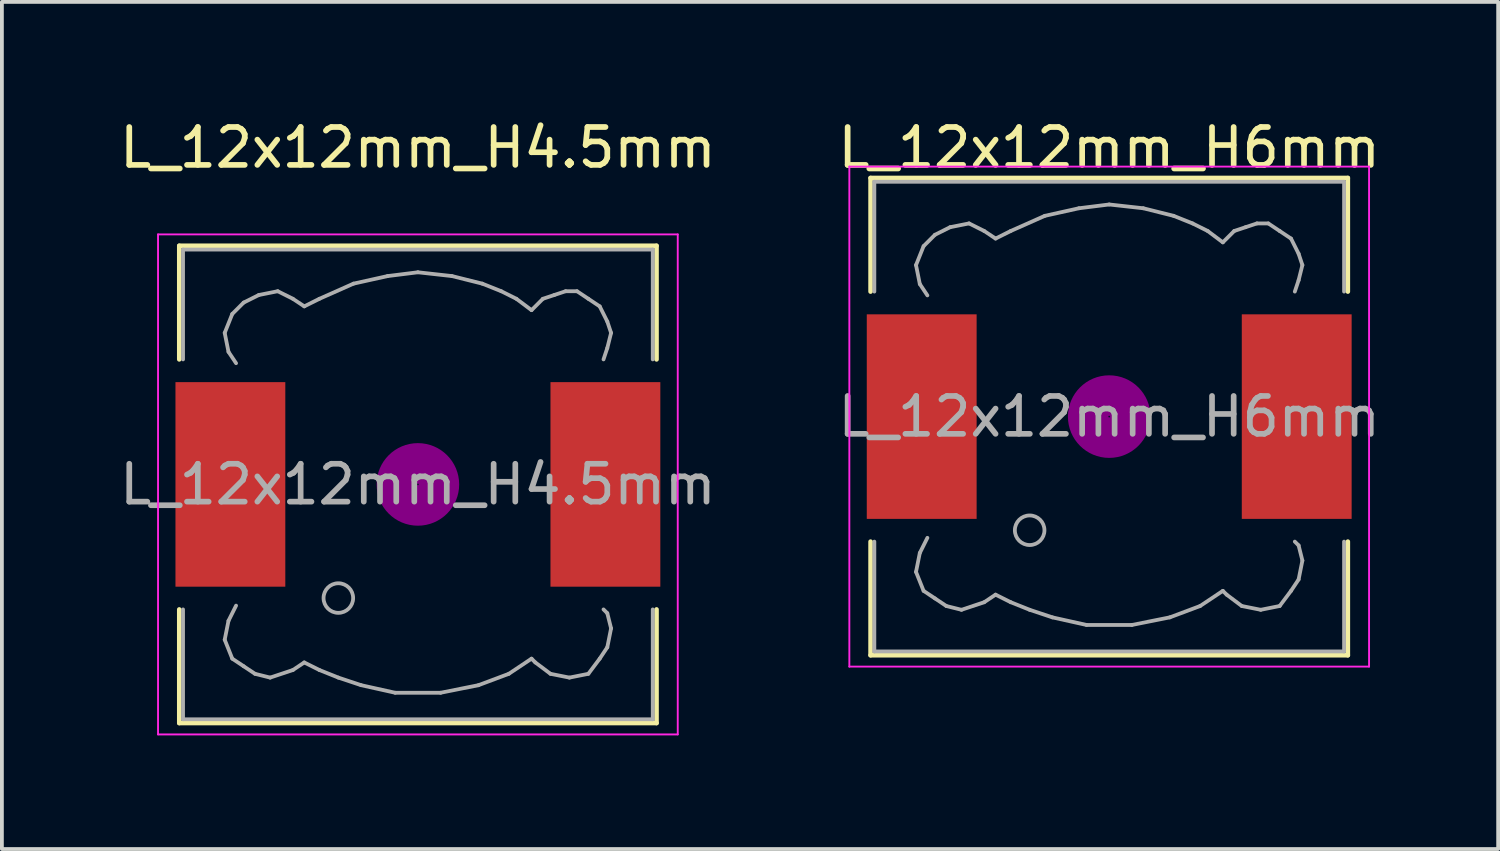
<source format=kicad_pcb>
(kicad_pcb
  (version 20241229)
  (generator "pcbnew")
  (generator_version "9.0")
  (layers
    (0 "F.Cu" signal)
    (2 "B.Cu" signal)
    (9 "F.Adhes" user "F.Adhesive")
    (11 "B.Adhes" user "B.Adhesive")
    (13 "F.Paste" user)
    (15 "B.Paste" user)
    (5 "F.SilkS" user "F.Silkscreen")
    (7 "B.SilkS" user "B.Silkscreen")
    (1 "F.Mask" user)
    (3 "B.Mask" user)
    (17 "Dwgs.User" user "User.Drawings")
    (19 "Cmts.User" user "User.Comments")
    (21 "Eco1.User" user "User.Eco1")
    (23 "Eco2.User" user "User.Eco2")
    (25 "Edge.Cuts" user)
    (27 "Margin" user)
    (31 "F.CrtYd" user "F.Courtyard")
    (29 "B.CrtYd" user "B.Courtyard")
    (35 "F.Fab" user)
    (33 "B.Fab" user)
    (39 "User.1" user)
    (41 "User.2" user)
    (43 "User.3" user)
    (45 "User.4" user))
  (footprint "L_12x12mm_H6mm"
    (layer "F.Cu")
    (at 26.232 7.948)
    (property "Reference" "L_12x12mm_H6mm" (at 0 -7.1 0) (layer "F.SilkS") (effects (font (size 1 1) (thickness 0.15))))
    (attr smd)
    (fp_line (start -6.3 -6.3) (end 6.3 -6.3) (stroke (width 0.12) (type solid)) (layer "F.SilkS"))
    (fp_line (start -6.3 -3.3) (end -6.3 -6.3) (stroke (width 0.12) (type solid)) (layer "F.SilkS"))
    (fp_line (start -6.3 6.3) (end -6.3 3.3) (stroke (width 0.12) (type solid)) (layer "F.SilkS"))
    (fp_line (start 6.3 -6.3) (end 6.3 -3.3) (stroke (width 0.12) (type solid)) (layer "F.SilkS"))
    (fp_line (start 6.3 3.3) (end 6.3 6.3) (stroke (width 0.12) (type solid)) (layer "F.SilkS"))
    (fp_line (start 6.3 6.3) (end -6.3 6.3) (stroke (width 0.12) (type solid)) (layer "F.SilkS"))
    (fp_circle (center 0 0) (end 0.15 0.15) (stroke (width 0.38) (type solid)) (fill no) (layer "F.Adhes"))
    (fp_circle (center 0 0) (end 0.55 0) (stroke (width 0.38) (type solid)) (fill no) (layer "F.Adhes"))
    (fp_circle (center 0 0) (end 0.9 0) (stroke (width 0.38) (type solid)) (fill no) (layer "F.Adhes"))
    (fp_line (start -6.86 -6.6) (end 6.86 -6.6) (stroke (width 0.05) (type solid)) (layer "F.CrtYd"))
    (fp_line (start -6.86 6.6) (end -6.86 -6.6) (stroke (width 0.05) (type solid)) (layer "F.CrtYd"))
    (fp_line (start 6.86 -6.6) (end 6.86 6.6) (stroke (width 0.05) (type solid)) (layer "F.CrtYd"))
    (fp_line (start 6.86 6.6) (end -6.86 6.6) (stroke (width 0.05) (type solid)) (layer "F.CrtYd"))
    (fp_line (start -6.2 -6.2) (end -6.2 -3.3) (stroke (width 0.1) (type solid)) (layer "F.Fab"))
    (fp_line (start -6.2 3.3) (end -6.2 6.2) (stroke (width 0.1) (type solid)) (layer "F.Fab"))
    (fp_line (start -6.2 6.2) (end 6.2 6.2) (stroke (width 0.1) (type solid)) (layer "F.Fab"))
    (fp_line (start -5.1 -4) (end -5 -3.5) (stroke (width 0.1) (type solid)) (layer "F.Fab"))
    (fp_line (start -5.1 4.1) (end -5 3.6) (stroke (width 0.1) (type solid)) (layer "F.Fab"))
    (fp_line (start -5 -3.5) (end -4.8 -3.2) (stroke (width 0.1) (type solid)) (layer "F.Fab"))
    (fp_line (start -5 3.6) (end -4.8 3.2) (stroke (width 0.1) (type solid)) (layer "F.Fab"))
    (fp_line (start -4.9 -4.5) (end -5.1 -4) (stroke (width 0.1) (type solid)) (layer "F.Fab"))
    (fp_line (start -4.9 4.6) (end -5.1 4.1) (stroke (width 0.1) (type solid)) (layer "F.Fab"))
    (fp_line (start -4.6 -4.8) (end -4.9 -4.5) (stroke (width 0.1) (type solid)) (layer "F.Fab"))
    (fp_line (start -4.6 4.8) (end -4.9 4.6) (stroke (width 0.1) (type solid)) (layer "F.Fab"))
    (fp_line (start -4.3 5) (end -4.6 4.8) (stroke (width 0.1) (type solid)) (layer "F.Fab"))
    (fp_line (start -4.2 -5) (end -4.6 -4.8) (stroke (width 0.1) (type solid)) (layer "F.Fab"))
    (fp_line (start -3.9 5.1) (end -4.3 5) (stroke (width 0.1) (type solid)) (layer "F.Fab"))
    (fp_line (start -3.7 -5.1) (end -4.2 -5) (stroke (width 0.1) (type solid)) (layer "F.Fab"))
    (fp_line (start -3.3 -4.9) (end -3.7 -5.1) (stroke (width 0.1) (type solid)) (layer "F.Fab"))
    (fp_line (start -3.3 4.9) (end -3.9 5.1) (stroke (width 0.1) (type solid)) (layer "F.Fab"))
    (fp_line (start -3 -4.7) (end -3.3 -4.9) (stroke (width 0.1) (type solid)) (layer "F.Fab"))
    (fp_line (start -3 4.7) (end -3.3 4.9) (stroke (width 0.1) (type solid)) (layer "F.Fab"))
    (fp_line (start -2.6 -4.9) (end -3 -4.7) (stroke (width 0.1) (type solid)) (layer "F.Fab"))
    (fp_line (start -2.6 4.9) (end -3 4.7) (stroke (width 0.1) (type solid)) (layer "F.Fab"))
    (fp_line (start -2.1 5.1) (end -2.6 4.9) (stroke (width 0.1) (type solid)) (layer "F.Fab"))
    (fp_line (start -1.7 -5.3) (end -2.6 -4.9) (stroke (width 0.1) (type solid)) (layer "F.Fab"))
    (fp_line (start -1.5 5.3) (end -2.1 5.1) (stroke (width 0.1) (type solid)) (layer "F.Fab"))
    (fp_line (start -0.8 -5.5) (end -1.7 -5.3) (stroke (width 0.1) (type solid)) (layer "F.Fab"))
    (fp_line (start -0.6 5.5) (end -1.5 5.3) (stroke (width 0.1) (type solid)) (layer "F.Fab"))
    (fp_line (start 0 -5.6) (end -0.8 -5.5) (stroke (width 0.1) (type solid)) (layer "F.Fab"))
    (fp_line (start 0.6 5.5) (end -0.6 5.5) (stroke (width 0.1) (type solid)) (layer "F.Fab"))
    (fp_line (start 0.9 -5.5) (end 0 -5.6) (stroke (width 0.1) (type solid)) (layer "F.Fab"))
    (fp_line (start 1.6 5.3) (end 0.6 5.5) (stroke (width 0.1) (type solid)) (layer "F.Fab"))
    (fp_line (start 1.7 -5.3) (end 0.9 -5.5) (stroke (width 0.1) (type solid)) (layer "F.Fab"))
    (fp_line (start 2.2 -5.1) (end 1.7 -5.3) (stroke (width 0.1) (type solid)) (layer "F.Fab"))
    (fp_line (start 2.4 5) (end 1.6 5.3) (stroke (width 0.1) (type solid)) (layer "F.Fab"))
    (fp_line (start 2.6 -4.9) (end 2.2 -5.1) (stroke (width 0.1) (type solid)) (layer "F.Fab"))
    (fp_line (start 3 -4.6) (end 2.6 -4.9) (stroke (width 0.1) (type solid)) (layer "F.Fab"))
    (fp_line (start 3 4.6) (end 2.4 5) (stroke (width 0.1) (type solid)) (layer "F.Fab"))
    (fp_line (start 3.1 4.7) (end 3 4.6) (stroke (width 0.1) (type solid)) (layer "F.Fab"))
    (fp_line (start 3.3 -4.9) (end 3 -4.6) (stroke (width 0.1) (type solid)) (layer "F.Fab"))
    (fp_line (start 3.5 5) (end 3.1 4.7) (stroke (width 0.1) (type solid)) (layer "F.Fab"))
    (fp_line (start 3.6 -5) (end 3.3 -4.9) (stroke (width 0.1) (type solid)) (layer "F.Fab"))
    (fp_line (start 3.9 -5.1) (end 3.6 -5) (stroke (width 0.1) (type solid)) (layer "F.Fab"))
    (fp_line (start 4 5.1) (end 3.5 5) (stroke (width 0.1) (type solid)) (layer "F.Fab"))
    (fp_line (start 4.2 -5.1) (end 3.9 -5.1) (stroke (width 0.1) (type solid)) (layer "F.Fab"))
    (fp_line (start 4.5 -4.9) (end 4.2 -5.1) (stroke (width 0.1) (type solid)) (layer "F.Fab"))
    (fp_line (start 4.5 5) (end 4 5.1) (stroke (width 0.1) (type solid)) (layer "F.Fab"))
    (fp_line (start 4.8 -4.7) (end 4.5 -4.9) (stroke (width 0.1) (type solid)) (layer "F.Fab"))
    (fp_line (start 4.8 4.6) (end 4.5 5) (stroke (width 0.1) (type solid)) (layer "F.Fab"))
    (fp_line (start 4.9 -3.3) (end 5 -3.6) (stroke (width 0.1) (type solid)) (layer "F.Fab"))
    (fp_line (start 4.9 3.3) (end 5 3.4) (stroke (width 0.1) (type solid)) (layer "F.Fab"))
    (fp_line (start 5 -4.3) (end 4.8 -4.7) (stroke (width 0.1) (type solid)) (layer "F.Fab"))
    (fp_line (start 5 -3.6) (end 5.1 -4) (stroke (width 0.1) (type solid)) (layer "F.Fab"))
    (fp_line (start 5 3.4) (end 5.1 3.8) (stroke (width 0.1) (type solid)) (layer "F.Fab"))
    (fp_line (start 5 4.3) (end 4.8 4.6) (stroke (width 0.1) (type solid)) (layer "F.Fab"))
    (fp_line (start 5.1 -4) (end 5 -4.3) (stroke (width 0.1) (type solid)) (layer "F.Fab"))
    (fp_line (start 5.1 3.8) (end 5 4.3) (stroke (width 0.1) (type solid)) (layer "F.Fab"))
    (fp_line (start 6.2 -6.2) (end -6.2 -6.2) (stroke (width 0.1) (type solid)) (layer "F.Fab"))
    (fp_line (start 6.2 -6.2) (end 6.2 -3.3) (stroke (width 0.1) (type solid)) (layer "F.Fab"))
    (fp_line (start 6.2 6.2) (end 6.2 3.3) (stroke (width 0.1) (type solid)) (layer "F.Fab"))
    (fp_circle (center -2.1 3) (end -1.8 3.25) (stroke (width 0.1) (type solid)) (fill no) (layer "F.Fab"))
    (fp_text user "${REFERENCE}" (at 0 0 0) (layer "F.Fab") (effects (font (size 1 1) (thickness 0.15))))
    (pad "1" smd rect (at -4.95 0) (size 2.9 5.4) (layers "F.Cu" "F.Mask" "F.Paste"))
    (pad "2" smd rect (at 4.95 0) (size 2.9 5.4) (layers "F.Cu" "F.Mask" "F.Paste")))
  (footprint "L_12x12mm_H4.5mm"
    (layer "F.Cu")
    (at 7.982 9.738)
    (property "Reference" "L_12x12mm_H4.5mm" (at 0 -8.89 0) (layer "F.SilkS") (effects (font (size 1 1) (thickness 0.15))))
    (attr smd)
    (fp_line (start -6.3 -6.3) (end 6.3 -6.3) (stroke (width 0.12) (type solid)) (layer "F.SilkS"))
    (fp_line (start -6.3 -3.3) (end -6.3 -6.3) (stroke (width 0.12) (type solid)) (layer "F.SilkS"))
    (fp_line (start -6.3 6.3) (end -6.3 3.3) (stroke (width 0.12) (type solid)) (layer "F.SilkS"))
    (fp_line (start 6.3 -6.3) (end 6.3 -3.3) (stroke (width 0.12) (type solid)) (layer "F.SilkS"))
    (fp_line (start 6.3 3.3) (end 6.3 6.3) (stroke (width 0.12) (type solid)) (layer "F.SilkS"))
    (fp_line (start 6.3 6.3) (end -6.3 6.3) (stroke (width 0.12) (type solid)) (layer "F.SilkS"))
    (fp_circle (center 0 0) (end 0.15 0.15) (stroke (width 0.38) (type solid)) (fill no) (layer "F.Adhes"))
    (fp_circle (center 0 0) (end 0.55 0) (stroke (width 0.38) (type solid)) (fill no) (layer "F.Adhes"))
    (fp_circle (center 0 0) (end 0.9 0) (stroke (width 0.38) (type solid)) (fill no) (layer "F.Adhes"))
    (fp_line (start -6.86 -6.6) (end 6.86 -6.6) (stroke (width 0.05) (type solid)) (layer "F.CrtYd"))
    (fp_line (start -6.86 6.6) (end -6.86 -6.6) (stroke (width 0.05) (type solid)) (layer "F.CrtYd"))
    (fp_line (start 6.86 -6.6) (end 6.86 6.6) (stroke (width 0.05) (type solid)) (layer "F.CrtYd"))
    (fp_line (start 6.86 6.6) (end -6.86 6.6) (stroke (width 0.05) (type solid)) (layer "F.CrtYd"))
    (fp_line (start -6.2 -6.2) (end -6.2 -3.3) (stroke (width 0.1) (type solid)) (layer "F.Fab"))
    (fp_line (start -6.2 3.3) (end -6.2 6.2) (stroke (width 0.1) (type solid)) (layer "F.Fab"))
    (fp_line (start -6.2 6.2) (end 6.2 6.2) (stroke (width 0.1) (type solid)) (layer "F.Fab"))
    (fp_line (start -5.1 -4) (end -5 -3.5) (stroke (width 0.1) (type solid)) (layer "F.Fab"))
    (fp_line (start -5.1 4.1) (end -5 3.6) (stroke (width 0.1) (type solid)) (layer "F.Fab"))
    (fp_line (start -5 -3.5) (end -4.8 -3.2) (stroke (width 0.1) (type solid)) (layer "F.Fab"))
    (fp_line (start -5 3.6) (end -4.8 3.2) (stroke (width 0.1) (type solid)) (layer "F.Fab"))
    (fp_line (start -4.9 -4.5) (end -5.1 -4) (stroke (width 0.1) (type solid)) (layer "F.Fab"))
    (fp_line (start -4.9 4.6) (end -5.1 4.1) (stroke (width 0.1) (type solid)) (layer "F.Fab"))
    (fp_line (start -4.6 -4.8) (end -4.9 -4.5) (stroke (width 0.1) (type solid)) (layer "F.Fab"))
    (fp_line (start -4.6 4.8) (end -4.9 4.6) (stroke (width 0.1) (type solid)) (layer "F.Fab"))
    (fp_line (start -4.3 5) (end -4.6 4.8) (stroke (width 0.1) (type solid)) (layer "F.Fab"))
    (fp_line (start -4.2 -5) (end -4.6 -4.8) (stroke (width 0.1) (type solid)) (layer "F.Fab"))
    (fp_line (start -3.9 5.1) (end -4.3 5) (stroke (width 0.1) (type solid)) (layer "F.Fab"))
    (fp_line (start -3.7 -5.1) (end -4.2 -5) (stroke (width 0.1) (type solid)) (layer "F.Fab"))
    (fp_line (start -3.3 -4.9) (end -3.7 -5.1) (stroke (width 0.1) (type solid)) (layer "F.Fab"))
    (fp_line (start -3.3 4.9) (end -3.9 5.1) (stroke (width 0.1) (type solid)) (layer "F.Fab"))
    (fp_line (start -3 -4.7) (end -3.3 -4.9) (stroke (width 0.1) (type solid)) (layer "F.Fab"))
    (fp_line (start -3 4.7) (end -3.3 4.9) (stroke (width 0.1) (type solid)) (layer "F.Fab"))
    (fp_line (start -2.6 -4.9) (end -3 -4.7) (stroke (width 0.1) (type solid)) (layer "F.Fab"))
    (fp_line (start -2.6 4.9) (end -3 4.7) (stroke (width 0.1) (type solid)) (layer "F.Fab"))
    (fp_line (start -2.1 5.1) (end -2.6 4.9) (stroke (width 0.1) (type solid)) (layer "F.Fab"))
    (fp_line (start -1.7 -5.3) (end -2.6 -4.9) (stroke (width 0.1) (type solid)) (layer "F.Fab"))
    (fp_line (start -1.5 5.3) (end -2.1 5.1) (stroke (width 0.1) (type solid)) (layer "F.Fab"))
    (fp_line (start -0.8 -5.5) (end -1.7 -5.3) (stroke (width 0.1) (type solid)) (layer "F.Fab"))
    (fp_line (start -0.6 5.5) (end -1.5 5.3) (stroke (width 0.1) (type solid)) (layer "F.Fab"))
    (fp_line (start 0 -5.6) (end -0.8 -5.5) (stroke (width 0.1) (type solid)) (layer "F.Fab"))
    (fp_line (start 0.6 5.5) (end -0.6 5.5) (stroke (width 0.1) (type solid)) (layer "F.Fab"))
    (fp_line (start 0.9 -5.5) (end 0 -5.6) (stroke (width 0.1) (type solid)) (layer "F.Fab"))
    (fp_line (start 1.6 5.3) (end 0.6 5.5) (stroke (width 0.1) (type solid)) (layer "F.Fab"))
    (fp_line (start 1.7 -5.3) (end 0.9 -5.5) (stroke (width 0.1) (type solid)) (layer "F.Fab"))
    (fp_line (start 2.2 -5.1) (end 1.7 -5.3) (stroke (width 0.1) (type solid)) (layer "F.Fab"))
    (fp_line (start 2.4 5) (end 1.6 5.3) (stroke (width 0.1) (type solid)) (layer "F.Fab"))
    (fp_line (start 2.6 -4.9) (end 2.2 -5.1) (stroke (width 0.1) (type solid)) (layer "F.Fab"))
    (fp_line (start 3 -4.6) (end 2.6 -4.9) (stroke (width 0.1) (type solid)) (layer "F.Fab"))
    (fp_line (start 3 4.6) (end 2.4 5) (stroke (width 0.1) (type solid)) (layer "F.Fab"))
    (fp_line (start 3.1 4.7) (end 3 4.6) (stroke (width 0.1) (type solid)) (layer "F.Fab"))
    (fp_line (start 3.3 -4.9) (end 3 -4.6) (stroke (width 0.1) (type solid)) (layer "F.Fab"))
    (fp_line (start 3.5 5) (end 3.1 4.7) (stroke (width 0.1) (type solid)) (layer "F.Fab"))
    (fp_line (start 3.6 -5) (end 3.3 -4.9) (stroke (width 0.1) (type solid)) (layer "F.Fab"))
    (fp_line (start 3.9 -5.1) (end 3.6 -5) (stroke (width 0.1) (type solid)) (layer "F.Fab"))
    (fp_line (start 4 5.1) (end 3.5 5) (stroke (width 0.1) (type solid)) (layer "F.Fab"))
    (fp_line (start 4.2 -5.1) (end 3.9 -5.1) (stroke (width 0.1) (type solid)) (layer "F.Fab"))
    (fp_line (start 4.5 -4.9) (end 4.2 -5.1) (stroke (width 0.1) (type solid)) (layer "F.Fab"))
    (fp_line (start 4.5 5) (end 4 5.1) (stroke (width 0.1) (type solid)) (layer "F.Fab"))
    (fp_line (start 4.8 -4.7) (end 4.5 -4.9) (stroke (width 0.1) (type solid)) (layer "F.Fab"))
    (fp_line (start 4.8 4.6) (end 4.5 5) (stroke (width 0.1) (type solid)) (layer "F.Fab"))
    (fp_line (start 4.9 -3.3) (end 5 -3.6) (stroke (width 0.1) (type solid)) (layer "F.Fab"))
    (fp_line (start 4.9 3.3) (end 5 3.4) (stroke (width 0.1) (type solid)) (layer "F.Fab"))
    (fp_line (start 5 -4.3) (end 4.8 -4.7) (stroke (width 0.1) (type solid)) (layer "F.Fab"))
    (fp_line (start 5 -3.6) (end 5.1 -4) (stroke (width 0.1) (type solid)) (layer "F.Fab"))
    (fp_line (start 5 3.4) (end 5.1 3.8) (stroke (width 0.1) (type solid)) (layer "F.Fab"))
    (fp_line (start 5 4.3) (end 4.8 4.6) (stroke (width 0.1) (type solid)) (layer "F.Fab"))
    (fp_line (start 5.1 -4) (end 5 -4.3) (stroke (width 0.1) (type solid)) (layer "F.Fab"))
    (fp_line (start 5.1 3.8) (end 5 4.3) (stroke (width 0.1) (type solid)) (layer "F.Fab"))
    (fp_line (start 6.2 -6.2) (end -6.2 -6.2) (stroke (width 0.1) (type solid)) (layer "F.Fab"))
    (fp_line (start 6.2 -6.2) (end 6.2 -3.3) (stroke (width 0.1) (type solid)) (layer "F.Fab"))
    (fp_line (start 6.2 6.2) (end 6.2 3.3) (stroke (width 0.1) (type solid)) (layer "F.Fab"))
    (fp_circle (center -2.1 3) (end -1.8 3.25) (stroke (width 0.1) (type solid)) (fill no) (layer "F.Fab"))
    (fp_text user "${REFERENCE}" (at 0 0 0) (layer "F.Fab") (effects (font (size 1 1) (thickness 0.15))))
    (pad "1" smd rect (at -4.95 0) (size 2.9 5.4) (layers "F.Cu" "F.Mask" "F.Paste"))
    (pad "2" smd rect (at 4.95 0) (size 2.9 5.4) (layers "F.Cu" "F.Mask" "F.Paste")))
  (gr_rect
    (start -3 -3)
    (end 36.5 19.363)
    (stroke (width 0.1) (type default))
    (fill no)
    (layer "Edge.Cuts")))
</source>
